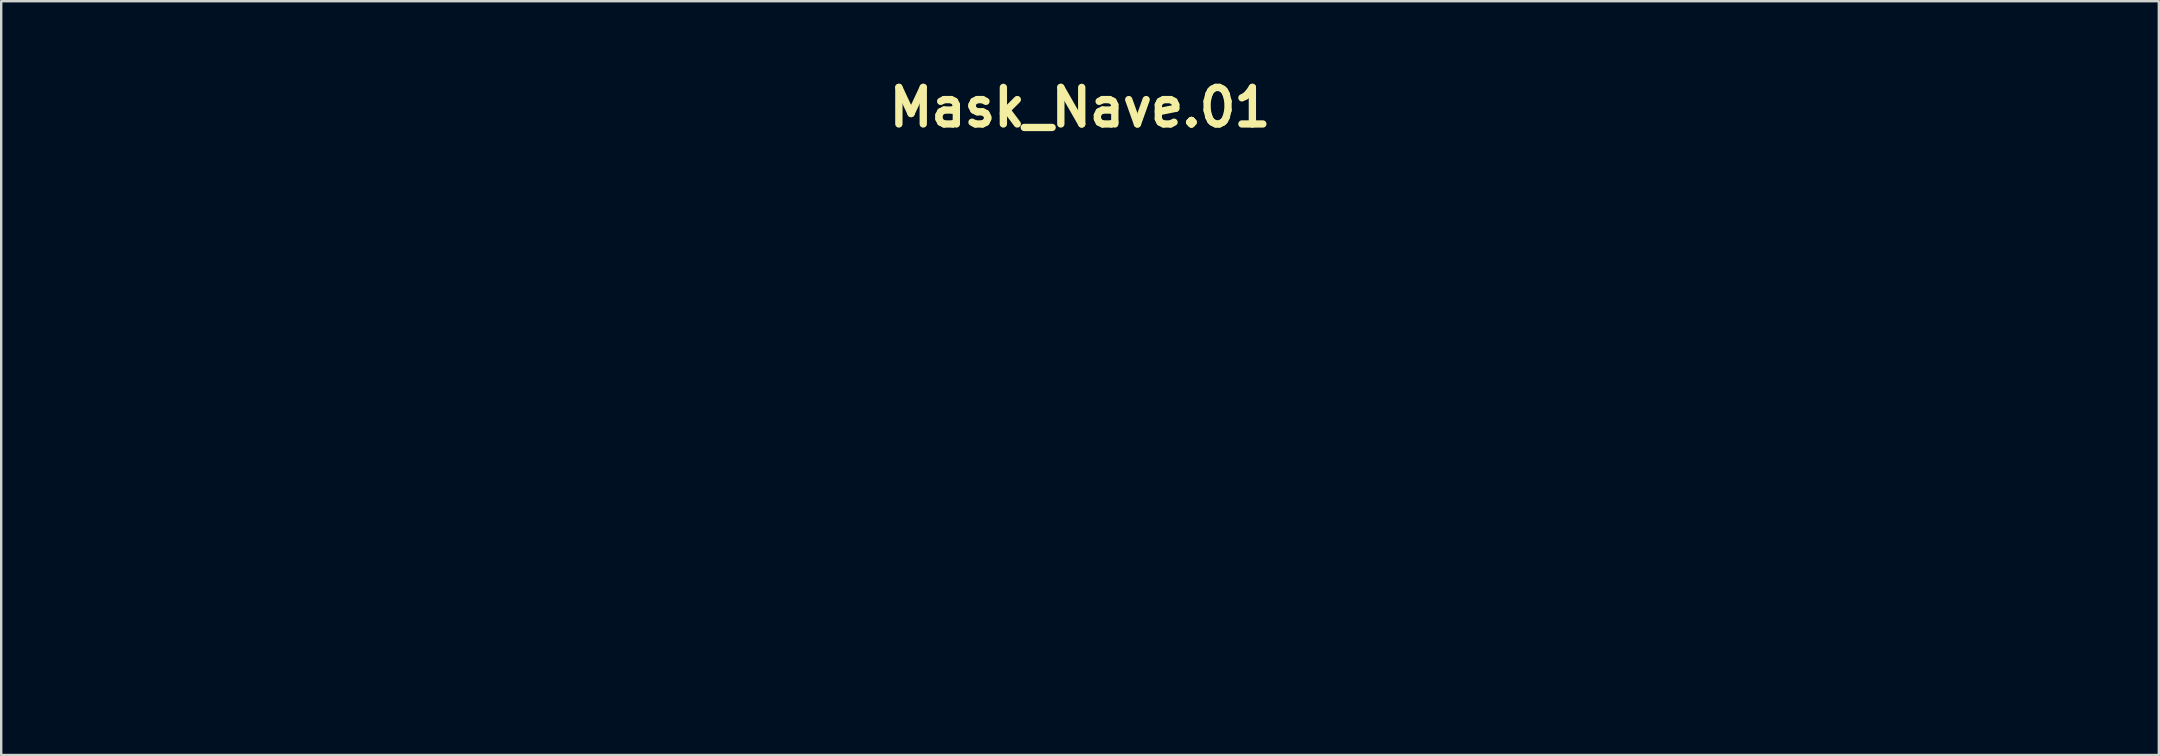
<source format=kicad_pcb>
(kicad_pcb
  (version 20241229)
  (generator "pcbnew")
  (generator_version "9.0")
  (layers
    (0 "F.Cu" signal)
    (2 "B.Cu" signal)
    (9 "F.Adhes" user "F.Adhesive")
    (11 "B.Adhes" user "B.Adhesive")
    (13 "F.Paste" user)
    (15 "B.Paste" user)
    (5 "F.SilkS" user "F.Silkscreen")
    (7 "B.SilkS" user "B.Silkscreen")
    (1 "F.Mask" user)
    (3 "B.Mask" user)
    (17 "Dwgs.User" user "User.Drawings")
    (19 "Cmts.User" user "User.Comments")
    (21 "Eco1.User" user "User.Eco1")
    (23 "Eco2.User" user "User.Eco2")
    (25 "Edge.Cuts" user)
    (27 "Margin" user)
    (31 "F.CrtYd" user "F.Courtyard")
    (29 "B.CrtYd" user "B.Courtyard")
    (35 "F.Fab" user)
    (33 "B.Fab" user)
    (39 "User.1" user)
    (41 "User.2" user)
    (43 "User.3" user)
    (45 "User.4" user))
  (footprint "Mask_Nave.01"
    (layer "F.Cu")
    (at 41.958 14.879)
    (property "Reference" "Mask_Nave.01" (at 0 -13.452 0) (layer "F.SilkS") (effects (font (size 1.524 1.524) (thickness 0.305))))
    (attr smd)
    (fp_poly (pts (xy 2.75 10.351) (xy 1.864 10.309) (xy 0.982 10.267) (xy 0.205 10.229) (xy -0.785 10.18) (xy -1.591 10.139) (xy -2.552 10.092) (xy -3.561 10.041) (xy -4.413 10) (xy -5.363 9.955) (xy -6.275 9.914) (xy -7.134 9.876) (xy -8.136 9.834) (xy -9.225 9.766) (xy -10.264 9.671) (xy -11.105 9.589) (xy -11.717 9.555) (xy -12.108 9.52) (xy -12.273 9.351) (xy -12.366 9.208) (xy -12.44 9.148) (xy -12.47 9.105) (xy -12.46 9) (xy -12.553 8.827) (xy -13.05 8.58) (xy -13.523 8.367) (xy -13.776 8.235) (xy -13.87 8.199) (xy -13.96 8.216) (xy -14.05 8.231) (xy -14.144 8.192) (xy -14.797 8.005) (xy -16.122 7.816) (xy -17.097 7.72) (xy -18.136 7.647) (xy -18.826 7.584) (xy -19.119 7.5) (xy -19.177 6.826) (xy -19.101 6.148) (xy -19.046 6.083) (xy -19.022 6.098) (xy -18.972 6.086) (xy -18.855 5.957) (xy -18.753 5.783) (xy -18.739 5.662) (xy -18.747 5.605) (xy -18.695 5.581) (xy -18.639 5.535) (xy -18.642 5.418) (xy -18.655 5.314) (xy -18.626 5.292) (xy -18.542 5.242) (xy -18.419 5.069) (xy -18.292 4.872) (xy -18.196 4.76) (xy -18.193 4.628) (xy -18.291 4.378) (xy -18.45 3.736) (xy -18.352 3.216) (xy -18.005 3.09) (xy -16.888 2.996) (xy -15.734 2.92) (xy -14.479 2.829) (xy -12.909 2.707) (xy -12.072 2.628) (xy -11.825 2.6) (xy -11.57 2.586) (xy -11.439 2.583) (xy -11.309 2.58) (xy -11.309 1.58) (xy -11.309 0.581) (xy -11.309 -0.419) (xy -11.309 -1.419) (xy -11.309 -2.419) (xy -11.309 -3.419) (xy -11.309 -4.418) (xy -11.309 -5.418) (xy -12.559 -5.423) (xy -13.809 -5.427) (xy -15.059 -5.432) (xy -16.31 -5.437) (xy -17.353 -5.442) (xy -18.562 -5.449) (xy -19.65 -5.457) (xy -20.815 -5.466) (xy -21.92 -5.476) (xy -23.068 -5.486) (xy -24.184 -5.497) (xy -25.32 -5.508) (xy -26.445 -5.519) (xy -27.573 -5.531) (xy -28.706 -5.543) (xy -29.825 -5.556) (xy -30.969 -5.569) (xy -32.078 -5.582) (xy -33.237 -5.596) (xy -34.331 -5.61) (xy -35.523 -5.627) (xy -36.583 -5.642) (xy -37.941 -5.665) (xy -38.835 -5.684) (xy -39.056 -5.737) (xy -39.173 -5.934) (xy -39.22 -6.106) (xy -39.216 -6.177) (xy -39.229 -6.249) (xy -39.318 -6.42) (xy -39.52 -6.648) (xy -39.712 -6.585) (xy -40.445 -6.573) (xy -41.179 -7.066) (xy -41.299 -7.224) (xy -41.381 -7.258) (xy -41.453 -7.453) (xy -41.41 -8.199) (xy -41.406 -8.561) (xy -41.518 -8.799) (xy -41.654 -9.046) (xy -41.768 -9.366) (xy -41.826 -9.703) (xy -41.72 -9.902) (xy -41.33 -10.027) (xy -39.509 -10.063) (xy -38.522 -10.065) (xy -37.266 -10.065) (xy -36.258 -10.066) (xy -35.241 -10.069) (xy -34.193 -10.074) (xy -33.216 -10.081) (xy -32.027 -10.094) (xy -31.191 -10.11) (xy -30.303 -10.127) (xy -28.996 -10.144) (xy -27.94 -10.156) (xy -26.8 -10.166) (xy -25.702 -10.175) (xy -24.604 -10.182) (xy -23.547 -10.189) (xy -22.502 -10.197) (xy -21.406 -10.208) (xy -20.4 -10.22) (xy -19.121 -10.239) (xy -18.298 -10.257) (xy -17.542 -10.274) (xy -16.29 -10.293) (xy -15.342 -10.305) (xy -14.282 -10.316) (xy -13.301 -10.326) (xy -12.273 -10.335) (xy -11.275 -10.344) (xy -10.264 -10.351) (xy -9.073 -10.359) (xy -7.968 -10.367) (xy -6.764 -10.375) (xy -5.673 -10.382) (xy -4.445 -10.389) (xy -3.376 -10.395) (xy -2.092 -10.401) (xy -1.08 -10.404) (xy 0.783 -10.385) (xy 1.208 -10.321) (xy 1.332 -10.272) (xy 1.384 -10.286) (xy 1.412 -10.299) (xy 1.48 -10.248) (xy 1.643 -10.153) (xy 1.661 -10.238) (xy 1.796 -10.217) (xy 2.027 -10.058) (xy 2.102 -10.012) (xy 2.227 -9.976) (xy 2.436 -9.905) (xy 2.809 -9.619) (xy 3.257 -9.126) (xy 3.521 -8.471) (xy 3.595 -8.066) (xy 3.557 -7.816) (xy 3.497 -7.601) (xy 3.473 -7.347) (xy 3.353 -6.791) (xy 3.015 -6.297) (xy 2.46 -5.902) (xy 1.937 -5.688) (xy 1.813 -5.652) (xy 1.67 -5.567) (xy 1.511 -5.482) (xy 1.348 -5.445) (xy 1.187 -5.41) (xy 1.033 -5.328) (xy 0.864 -5.257) (xy 0.667 -5.256) (xy 0.479 -5.256) (xy 0.345 -5.171) (xy -0.25 -5.063) (xy -1.424 -5.031) (xy -2.502 -5.066) (xy -3.201 -5.163) (xy -3.929 -5.262) (xy -5.645 -5.305) (xy -6.69 -5.316) (xy -7.734 -5.326) (xy -7.728 -4.384) (xy -7.722 -3.442) (xy -7.717 -2.5) (xy -7.711 -1.559) (xy -7.703 -0.52) (xy -7.692 0.354) (xy -7.655 1.766) (xy -7.604 2.262) (xy -6.965 2.278) (xy -6.248 2.2) (xy -5.903 2.159) (xy -5.244 2.12) (xy -4.427 2.079) (xy -3.569 2.024) (xy -2.554 1.942) (xy -1.898 1.869) (xy -1.447 1.687) (xy -0.697 1.039) (xy 0.032 0.352) (xy 0.623 -0.218) (xy 1.075 -0.661) (xy 1.471 -1.043) (xy 1.745 -1.308) (xy 1.906 -1.47) (xy 2.649 -2.182) (xy 3.246 -2.691) (xy 3.326 -2.762) (xy 3.432 -2.934) (xy 3.551 -3.106) (xy 3.662 -3.177) (xy 3.848 -3.297) (xy 4.148 -3.583) (xy 4.413 -3.899) (xy 4.382 -3.987) (xy 4.245 -3.965) (xy 4.122 -3.913) (xy 4 -3.901) (xy 3.86 -4.028) (xy 3.745 -4.307) (xy 3.714 -4.831) (xy 3.714 -5.138) (xy 3.714 -5.446) (xy 3.86 -5.507) (xy 4.007 -5.569) (xy 4.44 -5.651) (xy 5.478 -5.69) (xy 6.131 -5.696) (xy 6.959 -5.7) (xy 8.062 -5.706) (xy 8.985 -5.719) (xy 10.112 -5.758) (xy 11.007 -5.83) (xy 11.981 -5.984) (xy 12.992 -6.227) (xy 13.462 -6.346) (xy 13.916 -6.454) (xy 14.263 -6.538) (xy 14.478 -6.601) (xy 14.896 -6.726) (xy 15.663 -6.919) (xy 15.937 -7.021) (xy 16.005 -7.181) (xy 16.332 -7.681) (xy 16.784 -8.043) (xy 16.857 -8.069) (xy 16.904 -8.131) (xy 17.007 -8.201) (xy 17.212 -8.244) (xy 17.586 -8.311) (xy 18.093 -8.437) (xy 18.762 -8.573) (xy 19.523 -8.661) (xy 20.18 -8.728) (xy 20.306 -8.832) (xy 20.439 -9.18) (xy 20.821 -9.354) (xy 21.057 -9.385) (xy 21.311 -9.493) (xy 21.518 -9.596) (xy 21.642 -9.615) (xy 21.689 -9.611) (xy 21.708 -9.66) (xy 21.733 -9.72) (xy 21.792 -9.746) (xy 21.917 -9.795) (xy 22.101 -9.914) (xy 22.384 -10.047) (xy 22.76 -10.124) (xy 23.076 -10.163) (xy 23.225 -10.197) (xy 23.381 -10.124) (xy 23.711 -9.905) (xy 24.055 -9.677) (xy 24.242 -9.58) (xy 24.378 -9.507) (xy 24.597 -9.337) (xy 24.824 -9.167) (xy 24.979 -9.097) (xy 25.052 -9.036) (xy 25.082 -8.889) (xy 25.114 -8.733) (xy 25.223 -8.699) (xy 25.358 -8.696) (xy 25.484 -8.665) (xy 25.667 -8.594) (xy 25.937 -8.497) (xy 26.711 -8.015) (xy 27.038 -7.511) (xy 27.083 -7.417) (xy 27.383 -7.387) (xy 27.706 -7.373) (xy 27.934 -7.349) (xy 28.339 -7.279) (xy 29.22 -7.144) (xy 29.844 -7.023) (xy 30.425 -6.829) (xy 30.93 -6.676) (xy 31.67 -6.493) (xy 31.972 -6.415) (xy 32.192 -6.341) (xy 32.4 -6.275) (xy 32.674 -6.217) (xy 32.906 -6.177) (xy 33.013 -6.158) (xy 33.133 -6.134) (xy 33.395 -6.084) (xy 33.764 -6.01) (xy 34.14 -5.929) (xy 35.041 -5.792) (xy 36.444 -5.721) (xy 37.466 -5.705) (xy 38.762 -5.698) (xy 39.683 -5.696) (xy 40.395 -5.692) (xy 41.64 -5.613) (xy 41.827 -5.312) (xy 41.828 -5.196) (xy 41.798 -5.123) (xy 41.473 -4.726) (xy 41.229 -4.346) (xy 41.168 -4.211) (xy 41.022 -3.978) (xy 40.62 -3.58) (xy 39.454 -3.435) (xy 38.701 -3.422) (xy 37.699 -3.42) (xy 36.89 -3.421) (xy 35.945 -3.424) (xy 34.974 -3.427) (xy 34.143 -3.427) (xy 33.117 -3.423) (xy 32.34 -3.41) (xy 31.189 -3.323) (xy 30.573 -3.128) (xy 30.379 -3.048) (xy 30.269 -3.015) (xy 30.151 -2.98) (xy 29.939 -2.897) (xy 29.735 -2.813) (xy 29.64 -2.779) (xy 29.055 -2.487) (xy 27.981 -1.931) (xy 27.77 -1.804) (xy 27.666 -1.708) (xy 27.62 -1.657) (xy 27.544 -1.636) (xy 27.395 -1.581) (xy 27.17 -1.448) (xy 26.84 -1.274) (xy 26.441 -1.12) (xy 26.073 -0.986) (xy 25.818 -0.858) (xy 25.695 -0.795) (xy 25.645 -0.821) (xy 25.584 -0.881) (xy 25.439 -0.907) (xy 25.308 -0.883) (xy 25.282 -0.827) (xy 25.291 -0.723) (xy 25.244 -0.584) (xy 25.091 -0.452) (xy 24.736 -0.42) (xy 24.342 -0.375) (xy 24.044 -0.17) (xy 23.705 0.045) (xy 22.998 0.083) (xy 22.289 0.052) (xy 21.947 -0.167) (xy 21.648 -0.373) (xy 21.267 -0.42) (xy 20.895 -0.463) (xy 20.649 -0.663) (xy 20.404 -0.863) (xy 20.049 -0.916) (xy 19.756 -0.92) (xy 19.6 -0.916) (xy 19.557 -0.931) (xy 19.539 -0.979) (xy 19.478 -1.045) (xy 19.33 -1.104) (xy 19.12 -1.185) (xy 18.909 -1.307) (xy 18.041 -1.878) (xy 17.197 -2.355) (xy 16.283 -2.778) (xy 15.344 -3.116) (xy 14.959 -3.186) (xy 14.541 -2.991) (xy 13.727 -2.403) (xy 12.98 -1.917) (xy 12.684 -1.683) (xy 12.381 -1.507) (xy 11.962 -1.2) (xy 11.225 -0.699) (xy 10.098 0.089) (xy 9.785 0.424) (xy 9.795 0.448) (xy 9.773 0.439) (xy 9.316 0.638) (xy 8.801 1.038) (xy 8.715 1.125) (xy 8.64 1.162) (xy 8.538 1.202) (xy 8.384 1.297) (xy 8.289 1.365) (xy 8.194 1.432) (xy 8.39 1.461) (xy 8.585 1.491) (xy 8.917 1.576) (xy 9.167 1.7) (xy 9.352 1.807) (xy 9.529 1.852) (xy 9.814 1.93) (xy 9.859 2.015) (xy 10.055 2.137) (xy 10.63 2.295) (xy 11.459 2.511) (xy 11.833 2.799) (xy 11.939 2.951) (xy 12.148 2.957) (xy 12.35 2.959) (xy 12.4 3.114) (xy 12.411 3.282) (xy 12.425 3.411) (xy 12.418 3.534) (xy 12.38 3.685) (xy 12.363 3.832) (xy 12.405 3.942) (xy 12.448 4.069) (xy 12.4 4.289) (xy 12.307 4.962) (xy 12.43 5.337) (xy 12.518 5.284) (xy 12.55 5.138) (xy 12.816 4.246) (xy 13.253 3.407) (xy 13.377 3.338) (xy 13.534 3.325) (xy 13.694 3.498) (xy 13.738 4.477) (xy 13.749 5.04) (xy 13.76 5.603) (xy 14.077 5.581) (xy 14.395 5.559) (xy 15.097 5.609) (xy 15.282 5.966) (xy 15.099 6.3) (xy 14.397 6.336) (xy 14.079 6.311) (xy 13.76 6.287) (xy 13.749 6.828) (xy 13.738 7.37) (xy 13.726 7.911) (xy 13.715 8.453) (xy 13.582 8.48) (xy 13.45 8.507) (xy 13.274 8.535) (xy 13.223 8.523) (xy 13.157 8.317) (xy 12.943 7.875) (xy 12.704 7.341) (xy 12.577 6.914) (xy 12.515 6.655) (xy 12.433 6.525) (xy 12.359 6.749) (xy 12.346 7.658) (xy 12.338 8.51) (xy 12.303 8.914) (xy 12.21 8.967) (xy 12.059 8.973) (xy 11.904 8.989) (xy 11.843 9.117) (xy 11.717 9.283) (xy 11.281 9.431) (xy 10.242 9.739) (xy 9.784 9.975) (xy 9.592 10.079) (xy 9.348 10.121) (xy 8.839 10.207) (xy 8.453 10.364) (xy 7.884 10.394) (xy 6.553 10.404) (xy 5.611 10.402) (xy 4.651 10.394) (xy 3.569 10.376) (xy 2.75 10.351) (xy 2.75 10.351) (xy 2.75 10.351) (xy 2.75 10.351)) (stroke (width 0.264) (type solid)) (fill yes) (layer "F.Mask")))
  (gr_rect
    (start -3 -3)
    (end 86.919 28.415)
    (stroke (width 0.1) (type default))
    (fill no)
    (layer "Edge.Cuts")))
</source>
